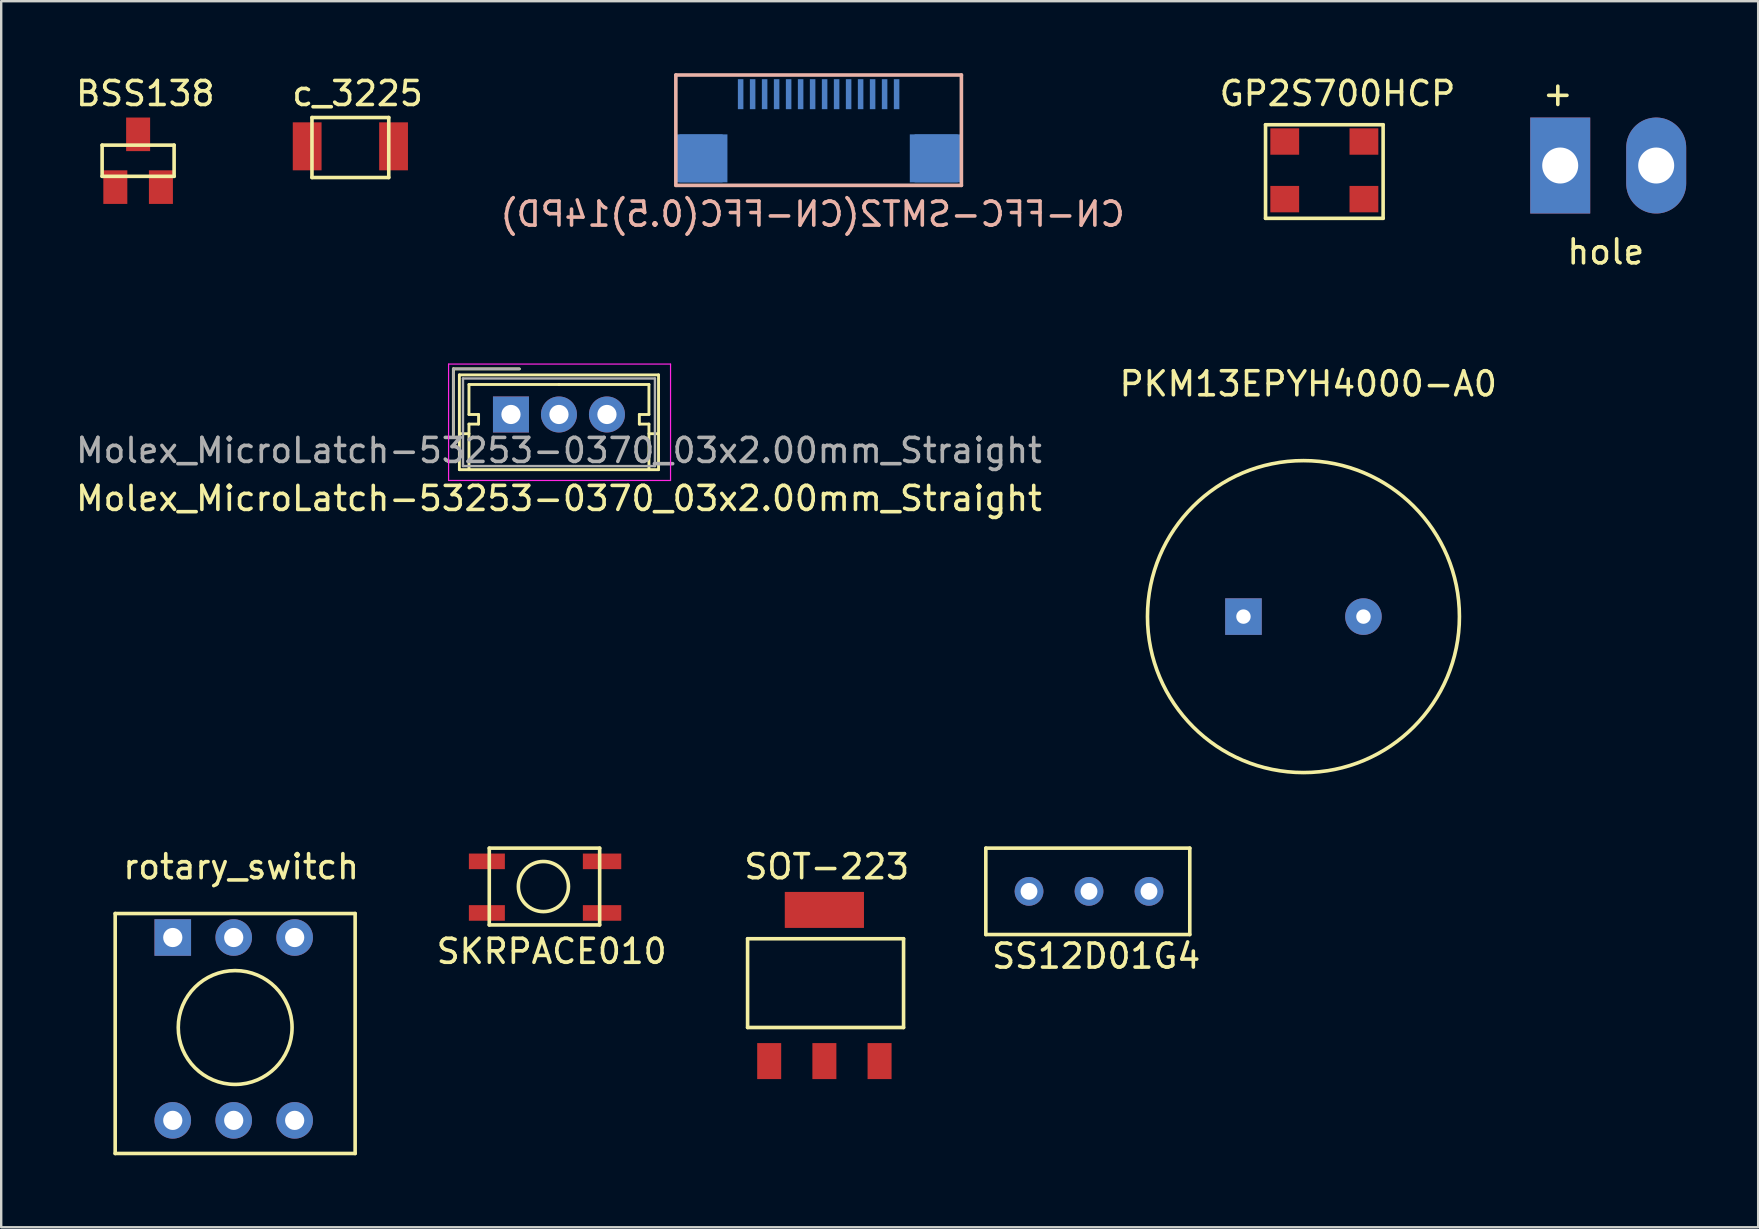
<source format=kicad_pcb>
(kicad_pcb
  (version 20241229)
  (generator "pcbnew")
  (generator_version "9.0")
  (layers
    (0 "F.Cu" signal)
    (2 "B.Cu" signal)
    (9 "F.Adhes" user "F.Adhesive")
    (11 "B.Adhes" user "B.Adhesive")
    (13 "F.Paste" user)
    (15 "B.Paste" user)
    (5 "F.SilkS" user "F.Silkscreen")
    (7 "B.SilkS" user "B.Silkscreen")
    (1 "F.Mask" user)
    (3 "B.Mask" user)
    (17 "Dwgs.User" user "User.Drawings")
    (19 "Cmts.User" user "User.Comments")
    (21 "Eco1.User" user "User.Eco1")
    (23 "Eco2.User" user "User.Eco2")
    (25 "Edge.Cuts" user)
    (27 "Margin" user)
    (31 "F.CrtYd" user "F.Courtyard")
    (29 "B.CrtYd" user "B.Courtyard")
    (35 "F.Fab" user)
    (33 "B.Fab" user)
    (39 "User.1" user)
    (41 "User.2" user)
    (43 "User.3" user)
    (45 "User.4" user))
  (footprint "GP2S700HCP"
    (layer "F.Cu")
    (at 47.19 8.848)
    (property "Reference" "GP2S700HCP" (at 5.5 -8 0) (layer "F.SilkS") (effects (font (size 1 1) (thickness 0.15))))
    (attr through_hole)
    (fp_line (start 2.5 -6.7) (end 7.4 -6.7) (stroke (width 0.15) (type solid)) (layer "F.SilkS"))
    (fp_line (start 2.5 -2.8) (end 2.5 -6.7) (stroke (width 0.15) (type solid)) (layer "F.SilkS"))
    (fp_line (start 7.4 -6.7) (end 7.4 -2.8) (stroke (width 0.15) (type solid)) (layer "F.SilkS"))
    (fp_line (start 7.4 -2.8) (end 2.5 -2.8) (stroke (width 0.15) (type solid)) (layer "F.SilkS"))
    (pad "1" smd rect (at 3.3 -6) (size 1.2 1.1) (layers "F.Cu" "F.Mask" "F.Paste"))
    (pad "2" smd rect (at 3.3 -3.6) (size 1.2 1.1) (layers "F.Cu" "F.Mask" "F.Paste"))
    (pad "3" smd rect (at 6.6 -3.6) (size 1.2 1.1) (layers "F.Cu" "F.Mask" "F.Paste"))
    (pad "4" smd rect (at 6.6 -6) (size 1.2 1.1) (layers "F.Cu" "F.Mask" "F.Paste")))
  (footprint "Molex_MicroLatch-53253-0370_03x2.00mm_Straight"
    (layer "F.Cu")
    (at 18.244 14.223)
    (property "Reference" "Molex_MicroLatch-53253-0370_03x2.00mm_Straight" (at 2 3.5 0) (layer "F.SilkS") (effects (font (size 1 1) (thickness 0.15))))
    (attr through_hole)
    (fp_line (start -2.4 -1.9) (end -2.4 0.85) (stroke (width 0.12) (type solid)) (layer "F.SilkS"))
    (fp_line (start -2.15 -1.65) (end -2.15 2.3) (stroke (width 0.12) (type solid)) (layer "F.SilkS"))
    (fp_line (start -2.15 0.8) (end -1.75 0.8) (stroke (width 0.12) (type solid)) (layer "F.SilkS"))
    (fp_line (start -2.15 2.3) (end 6.15 2.3) (stroke (width 0.12) (type solid)) (layer "F.SilkS"))
    (fp_line (start -1.75 -1.25) (end -1.75 0) (stroke (width 0.12) (type solid)) (layer "F.SilkS"))
    (fp_line (start -1.75 0) (end -1.35 0) (stroke (width 0.12) (type solid)) (layer "F.SilkS"))
    (fp_line (start -1.75 0.4) (end -1.75 2.3) (stroke (width 0.12) (type solid)) (layer "F.SilkS"))
    (fp_line (start -1.35 0) (end -1.35 0.4) (stroke (width 0.12) (type solid)) (layer "F.SilkS"))
    (fp_line (start -1.35 0.4) (end -1.75 0.4) (stroke (width 0.12) (type solid)) (layer "F.SilkS"))
    (fp_line (start 0.35 -1.9) (end -2.4 -1.9) (stroke (width 0.12) (type solid)) (layer "F.SilkS"))
    (fp_line (start 2 -1.25) (end -1.75 -1.25) (stroke (width 0.12) (type solid)) (layer "F.SilkS"))
    (fp_line (start 2 -1.25) (end 5.75 -1.25) (stroke (width 0.12) (type solid)) (layer "F.SilkS"))
    (fp_line (start 5.35 0) (end 5.35 0.4) (stroke (width 0.12) (type solid)) (layer "F.SilkS"))
    (fp_line (start 5.35 0.4) (end 5.75 0.4) (stroke (width 0.12) (type solid)) (layer "F.SilkS"))
    (fp_line (start 5.75 -1.25) (end 5.75 0) (stroke (width 0.12) (type solid)) (layer "F.SilkS"))
    (fp_line (start 5.75 0) (end 5.35 0) (stroke (width 0.12) (type solid)) (layer "F.SilkS"))
    (fp_line (start 5.75 0.4) (end 5.75 2.3) (stroke (width 0.12) (type solid)) (layer "F.SilkS"))
    (fp_line (start 6.15 -1.65) (end -2.15 -1.65) (stroke (width 0.12) (type solid)) (layer "F.SilkS"))
    (fp_line (start 6.15 0.8) (end 5.75 0.8) (stroke (width 0.12) (type solid)) (layer "F.SilkS"))
    (fp_line (start 6.15 2.3) (end 6.15 -1.65) (stroke (width 0.12) (type solid)) (layer "F.SilkS"))
    (fp_line (start -2.6 -2.1) (end -2.6 2.75) (stroke (width 0.05) (type solid)) (layer "F.CrtYd"))
    (fp_line (start -2.6 2.75) (end 6.65 2.75) (stroke (width 0.05) (type solid)) (layer "F.CrtYd"))
    (fp_line (start 6.65 -2.1) (end -2.6 -2.1) (stroke (width 0.05) (type solid)) (layer "F.CrtYd"))
    (fp_line (start 6.65 2.75) (end 6.65 -2.1) (stroke (width 0.05) (type solid)) (layer "F.CrtYd"))
    (fp_line (start -2.4 -1.9) (end -2.4 0.85) (stroke (width 0.1) (type solid)) (layer "F.Fab"))
    (fp_line (start -2 -1.5) (end -2 2.15) (stroke (width 0.1) (type solid)) (layer "F.Fab"))
    (fp_line (start -2 2.15) (end 6 2.15) (stroke (width 0.1) (type solid)) (layer "F.Fab"))
    (fp_line (start 0.35 -1.9) (end -2.4 -1.9) (stroke (width 0.1) (type solid)) (layer "F.Fab"))
    (fp_line (start 6 -1.5) (end -2 -1.5) (stroke (width 0.1) (type solid)) (layer "F.Fab"))
    (fp_line (start 6 2.15) (end 6 -1.5) (stroke (width 0.1) (type solid)) (layer "F.Fab"))
    (fp_text user "${REFERENCE}" (at 2 1.5 0) (layer "F.Fab") (effects (font (size 1 1) (thickness 0.15))))
    (pad "1" thru_hole rect (at 0 0) (size 1.5 1.5) (drill 0.8) (layers "*.Cu" "*.Mask"))
    (pad "2" thru_hole circle (at 2 0) (size 1.5 1.5) (drill 0.8) (layers "*.Cu" "*.Mask"))
    (pad "3" thru_hole circle (at 4 0) (size 1.5 1.5) (drill 0.8) (layers "*.Cu" "*.Mask")))
  (footprint "BSS138"
    (layer "F.Cu")
    (at 1.756 4.748)
    (property "Reference" "BSS138" (at 1.25 -3.9 0) (layer "F.SilkS") (effects (font (size 1 1) (thickness 0.15))))
    (attr through_hole)
    (fp_line (start -0.55 -1.75) (end -0.55 -0.45) (stroke (width 0.15) (type solid)) (layer "F.SilkS"))
    (fp_line (start -0.55 -1.75) (end 2.45 -1.75) (stroke (width 0.15) (type solid)) (layer "F.SilkS"))
    (fp_line (start -0.55 -0.45) (end 2.45 -0.45) (stroke (width 0.15) (type solid)) (layer "F.SilkS"))
    (fp_line (start 2.45 -1.75) (end 2.45 -0.45) (stroke (width 0.15) (type solid)) (layer "F.SilkS"))
    (pad "1" smd rect (at 0 0) (size 1 1.4) (layers "F.Cu" "F.Mask" "F.Paste"))
    (pad "2" smd rect (at 1.9 0) (size 1 1.4) (layers "F.Cu" "F.Mask" "F.Paste"))
    (pad "3" smd rect (at 0.95 -2.2) (size 1 1.4) (layers "F.Cu" "F.Mask" "F.Paste")))
  (footprint "PKM13EPYH4000-A0"
    (layer "F.Cu")
    (at 51.27 22.646)
    (property "Reference" "PKM13EPYH4000-A0" (at 0.2 -9.7 0) (layer "F.SilkS") (effects (font (size 1 1) (thickness 0.15))))
    (attr through_hole)
    (fp_circle (center 0 0) (end 6.5 0) (stroke (width 0.15) (type solid)) (fill no) (layer "F.SilkS"))
    (pad "1" thru_hole rect (at -2.5 0) (size 1.524 1.524) (drill 0.6) (layers "*.Cu" "*.Mask"))
    (pad "2" thru_hole circle (at 2.5 0) (size 1.524 1.524) (drill 0.6) (layers "*.Cu" "*.Mask")))
  (footprint "c_3225"
    (layer "F.Cu")
    (at 9.751 3.048)
    (property "Reference" "c_3225" (at 2.1 -2.2 0) (layer "F.SilkS") (effects (font (size 1 1) (thickness 0.15))))
    (attr through_hole)
    (fp_line (start 0.2 -1.2) (end 3.4 -1.2) (stroke (width 0.15) (type solid)) (layer "F.SilkS"))
    (fp_line (start 0.2 1.3) (end 0.2 -1.2) (stroke (width 0.15) (type solid)) (layer "F.SilkS"))
    (fp_line (start 3.4 -1.2) (end 3.4 1.3) (stroke (width 0.15) (type solid)) (layer "F.SilkS"))
    (fp_line (start 3.4 1.3) (end 0.2 1.3) (stroke (width 0.15) (type solid)) (layer "F.SilkS"))
    (pad "1" smd rect (at 0 0) (size 1.2 2) (layers "F.Cu" "F.Mask" "F.Paste"))
    (pad "2" smd rect (at 3.6 0) (size 1.2 2) (layers "F.Cu" "F.Mask" "F.Paste")))
  (footprint "SKRPACE010"
    (layer "F.Cu")
    (at 17.24 34.996)
    (property "Reference" "SKRPACE010" (at 2.7 1.6 0) (layer "F.SilkS") (effects (font (size 1 1) (thickness 0.15))))
    (attr through_hole)
    (fp_line (start 0.1 -2.7) (end 4.7 -2.7) (stroke (width 0.15) (type solid)) (layer "F.SilkS"))
    (fp_line (start 0.1 0.5) (end 0.1 -2.7) (stroke (width 0.15) (type solid)) (layer "F.SilkS"))
    (fp_line (start 4.7 -2.7) (end 4.7 0.5) (stroke (width 0.15) (type solid)) (layer "F.SilkS"))
    (fp_line (start 4.7 0.5) (end 0.1 0.5) (stroke (width 0.15) (type solid)) (layer "F.SilkS"))
    (fp_circle (center 2.356 -1.1) (end 3.356 -0.8) (stroke (width 0.15) (type solid)) (fill no) (layer "F.SilkS"))
    (pad "1" smd rect (at 0 0) (size 1.5 0.65) (layers "F.Cu" "F.Mask" "F.Paste"))
    (pad "2" smd rect (at 0 -2.15) (size 1.5 0.65) (layers "F.Cu" "F.Mask" "F.Paste"))
    (pad "3" smd rect (at 4.8 0) (size 1.6 0.65) (layers "F.Cu" "F.Mask" "F.Paste"))
    (pad "4" smd rect (at 4.8 -2.15) (size 1.6 0.65) (layers "F.Cu" "F.Mask" "F.Paste")))
  (footprint "CN-FFC-SMT2(CN-FFC(0.5)14PD)"
    (layer "F.Cu")
    (at 24.815 5.375)
    (property "Reference" "CN-FFC-SMT2(CN-FFC(0.5)14PD)" (at 6 0.5 0) (layer "B.SilkS") (effects (font (size 1 1) (thickness 0.15)) (justify mirror)))
    (attr through_hole)
    (fp_line (start 0.3 -5.3) (end 0.3 -0.7) (stroke (width 0.15) (type solid)) (layer "B.SilkS"))
    (fp_line (start 0.3 -0.7) (end 12.2 -0.7) (stroke (width 0.15) (type solid)) (layer "B.SilkS"))
    (fp_line (start 12.2 -5.3) (end 0.3 -5.3) (stroke (width 0.15) (type solid)) (layer "B.SilkS"))
    (fp_line (start 12.2 -0.7) (end 12.2 -5.3) (stroke (width 0.15) (type solid)) (layer "B.SilkS"))
    (pad "" smd rect (at 1.35 -1.825) (size 1.8 2) (layers "B.Cu" "B.Mask" "B.Paste"))
    (pad "" smd rect (at 1.35 -1.825) (size 2.2 2) (layers "B.Cu" "B.Mask" "B.Paste"))
    (pad "" smd rect (at 11.15 -1.825) (size 1.8 2) (layers "B.Cu" "B.Mask" "B.Paste"))
    (pad "" smd rect (at 11.15 -1.825) (size 2.2 2) (layers "B.Cu" "B.Mask" "B.Paste"))
    (pad "1" smd rect (at 3 -4.5) (size 0.23 1.25) (layers "B.Cu" "B.Mask" "B.Paste"))
    (pad "2" smd rect (at 3.5 -4.5) (size 0.23 1.25) (layers "B.Cu" "B.Mask" "B.Paste"))
    (pad "3" smd rect (at 4 -4.5) (size 0.23 1.25) (layers "B.Cu" "B.Mask" "B.Paste"))
    (pad "4" smd rect (at 4.5 -4.5) (size 0.23 1.25) (layers "B.Cu" "B.Mask" "B.Paste"))
    (pad "5" smd rect (at 5 -4.5) (size 0.23 1.25) (layers "B.Cu" "B.Mask" "B.Paste"))
    (pad "6" smd rect (at 5.5 -4.5) (size 0.23 1.25) (layers "B.Cu" "B.Mask" "B.Paste"))
    (pad "7" smd rect (at 6 -4.5) (size 0.23 1.25) (layers "B.Cu" "B.Mask" "B.Paste"))
    (pad "8" smd rect (at 6.5 -4.5) (size 0.23 1.25) (layers "B.Cu" "B.Mask" "B.Paste"))
    (pad "9" smd rect (at 7 -4.5) (size 0.23 1.25) (layers "B.Cu" "B.Mask" "B.Paste"))
    (pad "10" smd rect (at 7.5 -4.5) (size 0.23 1.25) (layers "B.Cu" "B.Mask" "B.Paste"))
    (pad "11" smd rect (at 8 -4.5) (size 0.23 1.25) (layers "B.Cu" "B.Mask" "B.Paste"))
    (pad "12" smd rect (at 8.5 -4.5) (size 0.23 1.25) (layers "B.Cu" "B.Mask" "B.Paste"))
    (pad "13" smd rect (at 9 -4.5) (size 0.23 1.25) (layers "B.Cu" "B.Mask" "B.Paste"))
    (pad "14" smd rect (at 9.5 -4.5) (size 0.23 1.25) (layers "B.Cu" "B.Mask" "B.Paste")))
  (footprint "SOT-223"
    (layer "F.Cu")
    (at 31.305 34.87)
    (property "Reference" "SOT-223" (at 0.1 -1.8 0) (layer "F.SilkS") (effects (font (size 1 1) (thickness 0.15))))
    (attr through_hole)
    (fp_line (start -3.2 1.2) (end 3.3 1.2) (stroke (width 0.15) (type solid)) (layer "F.SilkS"))
    (fp_line (start -3.2 4.9) (end -3.2 1.2) (stroke (width 0.15) (type solid)) (layer "F.SilkS"))
    (fp_line (start 3.3 1.2) (end 3.3 4.9) (stroke (width 0.15) (type solid)) (layer "F.SilkS"))
    (fp_line (start 3.3 4.9) (end -3.2 4.9) (stroke (width 0.15) (type solid)) (layer "F.SilkS"))
    (pad "1" smd rect (at -2.3 6.3) (size 1 1.5) (layers "F.Cu" "F.Mask" "F.Paste"))
    (pad "2" smd rect (at 0 0) (size 3.3 1.5) (layers "F.Cu" "F.Mask" "F.Paste"))
    (pad "2" smd rect (at 0 6.3) (size 1 1.5) (layers "F.Cu" "F.Mask" "F.Paste"))
    (pad "3" smd rect (at 2.3 6.3) (size 1 1.5) (layers "F.Cu" "F.Mask" "F.Paste")))
  (footprint "hole"
    (layer "F.Cu")
    (at 61.97 3.848)
    (property "Reference" "hole" (at 1.9 3.6 0) (layer "F.SilkS") (effects (font (size 1 1) (thickness 0.15))))
    (attr through_hole)
    (fp_text user "+" (at -0.1 -3 0) (layer "F.SilkS") (effects (font (size 1 1) (thickness 0.15))))
    (pad "1" thru_hole rect (at 0 0) (size 2.5 4) (drill 1.5) (layers "*.Cu" "*.Mask"))
    (pad "2" thru_hole oval (at 4 0) (size 2.5 4) (drill 1.5) (layers "*.Cu" "*.Mask")))
  (footprint "rotary_switch"
    (layer "F.Cu")
    (at 0.25 42.52)
    (property "Reference" "rotary_switch" (at 6.75 -9.45 0) (layer "F.SilkS") (effects (font (size 1 1) (thickness 0.15))))
    (attr through_hole)
    (fp_line (start 1.5 -7.5) (end 1.5 2.5) (stroke (width 0.15) (type solid)) (layer "F.SilkS"))
    (fp_line (start 1.5 -7.5) (end 11.5 -7.5) (stroke (width 0.15) (type solid)) (layer "F.SilkS"))
    (fp_line (start 1.5 2.5) (end 11.5 2.5) (stroke (width 0.15) (type solid)) (layer "F.SilkS"))
    (fp_line (start 11.5 -7.5) (end 11.5 2.5) (stroke (width 0.15) (type solid)) (layer "F.SilkS"))
    (fp_circle (center 6.5 -2.75) (end 8.75 -2) (stroke (width 0.15) (type solid)) (fill no) (layer "F.SilkS"))
    (pad "1" thru_hole rect (at 3.9 -6.5) (size 1.524 1.524) (drill 0.8) (layers "*.Cu" "*.Mask"))
    (pad "2" thru_hole circle (at 8.98 1.12) (size 1.524 1.524) (drill 0.8) (layers "*.Cu" "*.Mask"))
    (pad "4" thru_hole circle (at 3.9 1.12) (size 1.524 1.524) (drill 0.8) (layers "*.Cu" "*.Mask"))
    (pad "8" thru_hole circle (at 8.98 -6.5) (size 1.524 1.524) (drill 0.8) (layers "*.Cu" "*.Mask"))
    (pad "C" thru_hole circle (at 6.44 -6.5) (size 1.524 1.524) (drill 0.8) (layers "*.Cu" "*.Mask"))
    (pad "C" thru_hole circle (at 6.44 1.12) (size 1.524 1.524) (drill 0.8) (layers "*.Cu" "*.Mask")))
  (footprint "SS12D01G4"
    (layer "F.Cu")
    (at 39.833 34.096)
    (property "Reference" "SS12D01G4" (at 2.8 2.7 0) (layer "F.SilkS") (effects (font (size 1 1) (thickness 0.15))))
    (attr through_hole)
    (fp_line (start -1.8 -1.8) (end -1.8 1.8) (stroke (width 0.15) (type solid)) (layer "F.SilkS"))
    (fp_line (start -1.8 1.8) (end 6.7 1.8) (stroke (width 0.15) (type solid)) (layer "F.SilkS"))
    (fp_line (start 6.7 -1.8) (end -1.8 -1.8) (stroke (width 0.15) (type solid)) (layer "F.SilkS"))
    (fp_line (start 6.7 1.8) (end 6.7 -1.8) (stroke (width 0.15) (type solid)) (layer "F.SilkS"))
    (pad "1" thru_hole circle (at 0 0) (size 1.2 1.2) (drill 0.7) (layers "*.Cu" "*.Mask"))
    (pad "2" thru_hole circle (at 2.5 0) (size 1.2 1.2) (drill 0.7) (layers "*.Cu" "*.Mask"))
    (pad "3" thru_hole circle (at 5 0) (size 1.2 1.2) (drill 0.7) (layers "*.Cu" "*.Mask")))
  (gr_rect
    (start -3 -3)
    (end 70.22 48.095)
    (stroke (width 0.1) (type default))
    (fill no)
    (layer "Edge.Cuts")))
</source>
